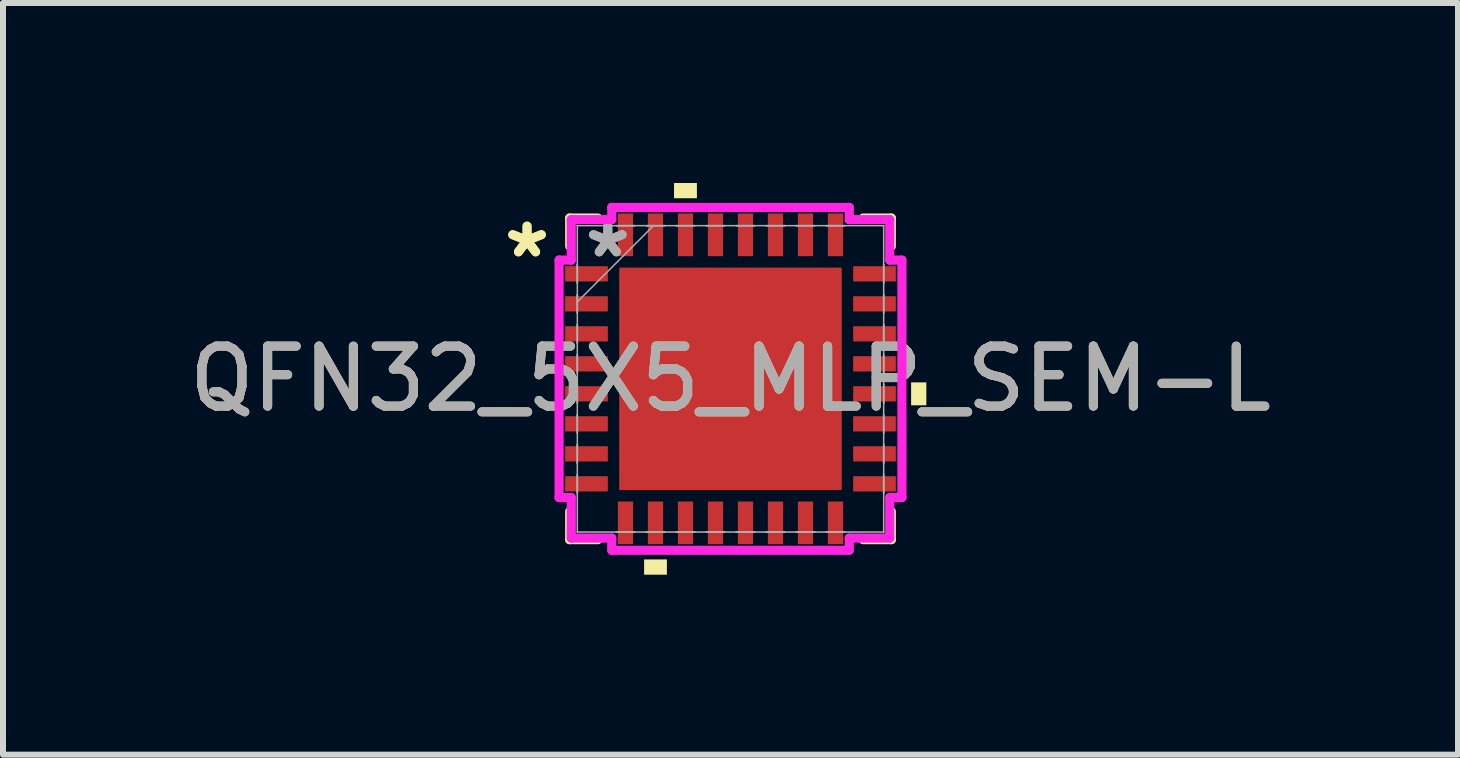
<source format=kicad_pcb>
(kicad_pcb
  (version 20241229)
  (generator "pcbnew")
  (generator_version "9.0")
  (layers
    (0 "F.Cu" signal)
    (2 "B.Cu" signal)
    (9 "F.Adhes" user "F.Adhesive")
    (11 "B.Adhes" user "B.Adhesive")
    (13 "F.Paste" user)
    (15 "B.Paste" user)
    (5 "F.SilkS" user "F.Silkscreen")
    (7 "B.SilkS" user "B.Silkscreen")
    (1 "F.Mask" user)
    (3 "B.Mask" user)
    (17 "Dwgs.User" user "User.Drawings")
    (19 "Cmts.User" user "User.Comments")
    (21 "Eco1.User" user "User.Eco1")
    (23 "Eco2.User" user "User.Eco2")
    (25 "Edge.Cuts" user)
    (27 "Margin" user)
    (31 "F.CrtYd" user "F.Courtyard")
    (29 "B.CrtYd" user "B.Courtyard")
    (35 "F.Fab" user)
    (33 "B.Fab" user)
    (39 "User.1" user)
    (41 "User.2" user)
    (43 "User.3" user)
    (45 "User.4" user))
  (footprint "QFN32_5X5_MLP_SEM-L"
    (layer "F.Cu")
    (at 9.125 3.264)
    (property "Reference" "QFN32_5X5_MLP_SEM-L" (at 0 0 0) (unlocked yes) (layer "F.SilkS") (effects (font (size 1 1) (thickness 0.15))))
    (attr smd)
    (fp_line (start -2.68 -2.68) (end -2.68 -2.21) (stroke (width 0.152) (type solid)) (layer "F.SilkS"))
    (fp_line (start -2.68 2.21) (end -2.68 2.68) (stroke (width 0.152) (type solid)) (layer "F.SilkS"))
    (fp_line (start -2.68 2.68) (end -2.21 2.68) (stroke (width 0.152) (type solid)) (layer "F.SilkS"))
    (fp_line (start -2.21 -2.68) (end -2.68 -2.68) (stroke (width 0.152) (type solid)) (layer "F.SilkS"))
    (fp_line (start 2.21 2.68) (end 2.68 2.68) (stroke (width 0.152) (type solid)) (layer "F.SilkS"))
    (fp_line (start 2.68 -2.68) (end 2.21 -2.68) (stroke (width 0.152) (type solid)) (layer "F.SilkS"))
    (fp_line (start 2.68 -2.21) (end 2.68 -2.68) (stroke (width 0.152) (type solid)) (layer "F.SilkS"))
    (fp_line (start 2.68 2.68) (end 2.68 2.21) (stroke (width 0.152) (type solid)) (layer "F.SilkS"))
    (fp_poly (pts (xy -1.44 3.01) (xy -1.44 3.264) (xy -1.06 3.264) (xy -1.06 3.01)) (stroke (width 0) (type solid)) (fill yes) (layer "F.SilkS"))
    (fp_poly (pts (xy -0.941 -3.01) (xy -0.941 -3.264) (xy -0.56 -3.264) (xy -0.56 -3.01)) (stroke (width 0) (type solid)) (fill yes) (layer "F.SilkS"))
    (fp_poly (pts (xy 3.264 0.059) (xy 3.264 0.441) (xy 3.01 0.441) (xy 3.01 0.059)) (stroke (width 0) (type solid)) (fill yes) (layer "F.SilkS"))
    (fp_poly (pts (xy -1.754 -1.754) (xy -1.754 -0.1) (xy -0.1 -0.1) (xy -0.1 -1.754)) (stroke (width 0) (type solid)) (fill yes) (layer "F.Paste"))
    (fp_poly (pts (xy -1.754 0.1) (xy -1.754 1.754) (xy -0.1 1.754) (xy -0.1 0.1)) (stroke (width 0) (type solid)) (fill yes) (layer "F.Paste"))
    (fp_poly (pts (xy 0.1 -1.754) (xy 0.1 -0.1) (xy 1.754 -0.1) (xy 1.754 -1.754)) (stroke (width 0) (type solid)) (fill yes) (layer "F.Paste"))
    (fp_poly (pts (xy 0.1 0.1) (xy 0.1 1.754) (xy 1.754 1.754) (xy 1.754 0.1)) (stroke (width 0) (type solid)) (fill yes) (layer "F.Paste"))
    (fp_line (start -2.857 -1.979) (end -2.654 -1.979) (stroke (width 0.152) (type solid)) (layer "F.CrtYd"))
    (fp_line (start -2.857 1.979) (end -2.857 -1.979) (stroke (width 0.152) (type solid)) (layer "F.CrtYd"))
    (fp_line (start -2.654 -2.654) (end -1.979 -2.654) (stroke (width 0.152) (type solid)) (layer "F.CrtYd"))
    (fp_line (start -2.654 -1.979) (end -2.654 -2.654) (stroke (width 0.152) (type solid)) (layer "F.CrtYd"))
    (fp_line (start -2.654 1.979) (end -2.857 1.979) (stroke (width 0.152) (type solid)) (layer "F.CrtYd"))
    (fp_line (start -2.654 2.654) (end -2.654 1.979) (stroke (width 0.152) (type solid)) (layer "F.CrtYd"))
    (fp_line (start -1.979 -2.857) (end 1.979 -2.857) (stroke (width 0.152) (type solid)) (layer "F.CrtYd"))
    (fp_line (start -1.979 -2.654) (end -1.979 -2.857) (stroke (width 0.152) (type solid)) (layer "F.CrtYd"))
    (fp_line (start -1.979 2.654) (end -2.654 2.654) (stroke (width 0.152) (type solid)) (layer "F.CrtYd"))
    (fp_line (start -1.979 2.857) (end -1.979 2.654) (stroke (width 0.152) (type solid)) (layer "F.CrtYd"))
    (fp_line (start 1.979 -2.857) (end 1.979 -2.654) (stroke (width 0.152) (type solid)) (layer "F.CrtYd"))
    (fp_line (start 1.979 -2.654) (end 2.654 -2.654) (stroke (width 0.152) (type solid)) (layer "F.CrtYd"))
    (fp_line (start 1.979 2.654) (end 1.979 2.857) (stroke (width 0.152) (type solid)) (layer "F.CrtYd"))
    (fp_line (start 1.979 2.857) (end -1.979 2.857) (stroke (width 0.152) (type solid)) (layer "F.CrtYd"))
    (fp_line (start 2.654 -2.654) (end 2.654 -1.979) (stroke (width 0.152) (type solid)) (layer "F.CrtYd"))
    (fp_line (start 2.654 -1.979) (end 2.857 -1.979) (stroke (width 0.152) (type solid)) (layer "F.CrtYd"))
    (fp_line (start 2.654 1.979) (end 2.654 2.654) (stroke (width 0.152) (type solid)) (layer "F.CrtYd"))
    (fp_line (start 2.654 2.654) (end 1.979 2.654) (stroke (width 0.152) (type solid)) (layer "F.CrtYd"))
    (fp_line (start 2.857 -1.979) (end 2.857 1.979) (stroke (width 0.152) (type solid)) (layer "F.CrtYd"))
    (fp_line (start 2.857 1.979) (end 2.654 1.979) (stroke (width 0.152) (type solid)) (layer "F.CrtYd"))
    (fp_line (start -2.553 -2.553) (end -2.553 -2.553) (stroke (width 0.025) (type solid)) (layer "F.Fab"))
    (fp_line (start -2.553 -2.553) (end -2.553 2.553) (stroke (width 0.025) (type solid)) (layer "F.Fab"))
    (fp_line (start -2.553 -1.902) (end -2.553 -1.902) (stroke (width 0.025) (type solid)) (layer "F.Fab"))
    (fp_line (start -2.553 -1.902) (end -2.553 -1.598) (stroke (width 0.025) (type solid)) (layer "F.Fab"))
    (fp_line (start -2.553 -1.598) (end -2.553 -1.902) (stroke (width 0.025) (type solid)) (layer "F.Fab"))
    (fp_line (start -2.553 -1.598) (end -2.553 -1.598) (stroke (width 0.025) (type solid)) (layer "F.Fab"))
    (fp_line (start -2.553 -1.402) (end -2.553 -1.402) (stroke (width 0.025) (type solid)) (layer "F.Fab"))
    (fp_line (start -2.553 -1.402) (end -2.553 -1.098) (stroke (width 0.025) (type solid)) (layer "F.Fab"))
    (fp_line (start -2.553 -1.283) (end -1.283 -2.553) (stroke (width 0.025) (type solid)) (layer "F.Fab"))
    (fp_line (start -2.553 -1.098) (end -2.553 -1.402) (stroke (width 0.025) (type solid)) (layer "F.Fab"))
    (fp_line (start -2.553 -1.098) (end -2.553 -1.098) (stroke (width 0.025) (type solid)) (layer "F.Fab"))
    (fp_line (start -2.553 -0.902) (end -2.553 -0.902) (stroke (width 0.025) (type solid)) (layer "F.Fab"))
    (fp_line (start -2.553 -0.902) (end -2.553 -0.598) (stroke (width 0.025) (type solid)) (layer "F.Fab"))
    (fp_line (start -2.553 -0.598) (end -2.553 -0.902) (stroke (width 0.025) (type solid)) (layer "F.Fab"))
    (fp_line (start -2.553 -0.598) (end -2.553 -0.598) (stroke (width 0.025) (type solid)) (layer "F.Fab"))
    (fp_line (start -2.553 -0.402) (end -2.553 -0.402) (stroke (width 0.025) (type solid)) (layer "F.Fab"))
    (fp_line (start -2.553 -0.402) (end -2.553 -0.098) (stroke (width 0.025) (type solid)) (layer "F.Fab"))
    (fp_line (start -2.553 -0.098) (end -2.553 -0.402) (stroke (width 0.025) (type solid)) (layer "F.Fab"))
    (fp_line (start -2.553 -0.098) (end -2.553 -0.098) (stroke (width 0.025) (type solid)) (layer "F.Fab"))
    (fp_line (start -2.553 0.098) (end -2.553 0.098) (stroke (width 0.025) (type solid)) (layer "F.Fab"))
    (fp_line (start -2.553 0.098) (end -2.553 0.402) (stroke (width 0.025) (type solid)) (layer "F.Fab"))
    (fp_line (start -2.553 0.402) (end -2.553 0.098) (stroke (width 0.025) (type solid)) (layer "F.Fab"))
    (fp_line (start -2.553 0.402) (end -2.553 0.402) (stroke (width 0.025) (type solid)) (layer "F.Fab"))
    (fp_line (start -2.553 0.598) (end -2.553 0.598) (stroke (width 0.025) (type solid)) (layer "F.Fab"))
    (fp_line (start -2.553 0.598) (end -2.553 0.902) (stroke (width 0.025) (type solid)) (layer "F.Fab"))
    (fp_line (start -2.553 0.902) (end -2.553 0.598) (stroke (width 0.025) (type solid)) (layer "F.Fab"))
    (fp_line (start -2.553 0.902) (end -2.553 0.902) (stroke (width 0.025) (type solid)) (layer "F.Fab"))
    (fp_line (start -2.553 1.098) (end -2.553 1.098) (stroke (width 0.025) (type solid)) (layer "F.Fab"))
    (fp_line (start -2.553 1.098) (end -2.553 1.402) (stroke (width 0.025) (type solid)) (layer "F.Fab"))
    (fp_line (start -2.553 1.402) (end -2.553 1.098) (stroke (width 0.025) (type solid)) (layer "F.Fab"))
    (fp_line (start -2.553 1.402) (end -2.553 1.402) (stroke (width 0.025) (type solid)) (layer "F.Fab"))
    (fp_line (start -2.553 1.598) (end -2.553 1.598) (stroke (width 0.025) (type solid)) (layer "F.Fab"))
    (fp_line (start -2.553 1.598) (end -2.553 1.902) (stroke (width 0.025) (type solid)) (layer "F.Fab"))
    (fp_line (start -2.553 1.902) (end -2.553 1.598) (stroke (width 0.025) (type solid)) (layer "F.Fab"))
    (fp_line (start -2.553 1.902) (end -2.553 1.902) (stroke (width 0.025) (type solid)) (layer "F.Fab"))
    (fp_line (start -2.553 2.553) (end -2.553 2.553) (stroke (width 0.025) (type solid)) (layer "F.Fab"))
    (fp_line (start -2.553 2.553) (end 2.553 2.553) (stroke (width 0.025) (type solid)) (layer "F.Fab"))
    (fp_line (start -1.902 -2.553) (end -1.902 -2.553) (stroke (width 0.025) (type solid)) (layer "F.Fab"))
    (fp_line (start -1.902 -2.553) (end -1.598 -2.553) (stroke (width 0.025) (type solid)) (layer "F.Fab"))
    (fp_line (start -1.902 2.553) (end -1.902 2.553) (stroke (width 0.025) (type solid)) (layer "F.Fab"))
    (fp_line (start -1.902 2.553) (end -1.598 2.553) (stroke (width 0.025) (type solid)) (layer "F.Fab"))
    (fp_line (start -1.598 -2.553) (end -1.902 -2.553) (stroke (width 0.025) (type solid)) (layer "F.Fab"))
    (fp_line (start -1.598 -2.553) (end -1.598 -2.553) (stroke (width 0.025) (type solid)) (layer "F.Fab"))
    (fp_line (start -1.598 2.553) (end -1.902 2.553) (stroke (width 0.025) (type solid)) (layer "F.Fab"))
    (fp_line (start -1.598 2.553) (end -1.598 2.553) (stroke (width 0.025) (type solid)) (layer "F.Fab"))
    (fp_line (start -1.402 -2.553) (end -1.402 -2.553) (stroke (width 0.025) (type solid)) (layer "F.Fab"))
    (fp_line (start -1.402 -2.553) (end -1.098 -2.553) (stroke (width 0.025) (type solid)) (layer "F.Fab"))
    (fp_line (start -1.402 2.553) (end -1.402 2.553) (stroke (width 0.025) (type solid)) (layer "F.Fab"))
    (fp_line (start -1.402 2.553) (end -1.098 2.553) (stroke (width 0.025) (type solid)) (layer "F.Fab"))
    (fp_line (start -1.098 -2.553) (end -1.402 -2.553) (stroke (width 0.025) (type solid)) (layer "F.Fab"))
    (fp_line (start -1.098 -2.553) (end -1.098 -2.553) (stroke (width 0.025) (type solid)) (layer "F.Fab"))
    (fp_line (start -1.098 2.553) (end -1.402 2.553) (stroke (width 0.025) (type solid)) (layer "F.Fab"))
    (fp_line (start -1.098 2.553) (end -1.098 2.553) (stroke (width 0.025) (type solid)) (layer "F.Fab"))
    (fp_line (start -0.902 -2.553) (end -0.902 -2.553) (stroke (width 0.025) (type solid)) (layer "F.Fab"))
    (fp_line (start -0.902 -2.553) (end -0.598 -2.553) (stroke (width 0.025) (type solid)) (layer "F.Fab"))
    (fp_line (start -0.902 2.553) (end -0.902 2.553) (stroke (width 0.025) (type solid)) (layer "F.Fab"))
    (fp_line (start -0.902 2.553) (end -0.598 2.553) (stroke (width 0.025) (type solid)) (layer "F.Fab"))
    (fp_line (start -0.598 -2.553) (end -0.902 -2.553) (stroke (width 0.025) (type solid)) (layer "F.Fab"))
    (fp_line (start -0.598 -2.553) (end -0.598 -2.553) (stroke (width 0.025) (type solid)) (layer "F.Fab"))
    (fp_line (start -0.598 2.553) (end -0.902 2.553) (stroke (width 0.025) (type solid)) (layer "F.Fab"))
    (fp_line (start -0.598 2.553) (end -0.598 2.553) (stroke (width 0.025) (type solid)) (layer "F.Fab"))
    (fp_line (start -0.402 -2.553) (end -0.402 -2.553) (stroke (width 0.025) (type solid)) (layer "F.Fab"))
    (fp_line (start -0.402 -2.553) (end -0.098 -2.553) (stroke (width 0.025) (type solid)) (layer "F.Fab"))
    (fp_line (start -0.402 2.553) (end -0.402 2.553) (stroke (width 0.025) (type solid)) (layer "F.Fab"))
    (fp_line (start -0.402 2.553) (end -0.098 2.553) (stroke (width 0.025) (type solid)) (layer "F.Fab"))
    (fp_line (start -0.098 -2.553) (end -0.402 -2.553) (stroke (width 0.025) (type solid)) (layer "F.Fab"))
    (fp_line (start -0.098 -2.553) (end -0.098 -2.553) (stroke (width 0.025) (type solid)) (layer "F.Fab"))
    (fp_line (start -0.098 2.553) (end -0.402 2.553) (stroke (width 0.025) (type solid)) (layer "F.Fab"))
    (fp_line (start -0.098 2.553) (end -0.098 2.553) (stroke (width 0.025) (type solid)) (layer "F.Fab"))
    (fp_line (start 0.098 -2.553) (end 0.098 -2.553) (stroke (width 0.025) (type solid)) (layer "F.Fab"))
    (fp_line (start 0.098 -2.553) (end 0.402 -2.553) (stroke (width 0.025) (type solid)) (layer "F.Fab"))
    (fp_line (start 0.098 2.553) (end 0.098 2.553) (stroke (width 0.025) (type solid)) (layer "F.Fab"))
    (fp_line (start 0.098 2.553) (end 0.402 2.553) (stroke (width 0.025) (type solid)) (layer "F.Fab"))
    (fp_line (start 0.402 -2.553) (end 0.098 -2.553) (stroke (width 0.025) (type solid)) (layer "F.Fab"))
    (fp_line (start 0.402 -2.553) (end 0.402 -2.553) (stroke (width 0.025) (type solid)) (layer "F.Fab"))
    (fp_line (start 0.402 2.553) (end 0.098 2.553) (stroke (width 0.025) (type solid)) (layer "F.Fab"))
    (fp_line (start 0.402 2.553) (end 0.402 2.553) (stroke (width 0.025) (type solid)) (layer "F.Fab"))
    (fp_line (start 0.598 -2.553) (end 0.598 -2.553) (stroke (width 0.025) (type solid)) (layer "F.Fab"))
    (fp_line (start 0.598 -2.553) (end 0.902 -2.553) (stroke (width 0.025) (type solid)) (layer "F.Fab"))
    (fp_line (start 0.598 2.553) (end 0.598 2.553) (stroke (width 0.025) (type solid)) (layer "F.Fab"))
    (fp_line (start 0.598 2.553) (end 0.902 2.553) (stroke (width 0.025) (type solid)) (layer "F.Fab"))
    (fp_line (start 0.902 -2.553) (end 0.598 -2.553) (stroke (width 0.025) (type solid)) (layer "F.Fab"))
    (fp_line (start 0.902 -2.553) (end 0.902 -2.553) (stroke (width 0.025) (type solid)) (layer "F.Fab"))
    (fp_line (start 0.902 2.553) (end 0.598 2.553) (stroke (width 0.025) (type solid)) (layer "F.Fab"))
    (fp_line (start 0.902 2.553) (end 0.902 2.553) (stroke (width 0.025) (type solid)) (layer "F.Fab"))
    (fp_line (start 1.098 -2.553) (end 1.098 -2.553) (stroke (width 0.025) (type solid)) (layer "F.Fab"))
    (fp_line (start 1.098 -2.553) (end 1.402 -2.553) (stroke (width 0.025) (type solid)) (layer "F.Fab"))
    (fp_line (start 1.098 2.553) (end 1.098 2.553) (stroke (width 0.025) (type solid)) (layer "F.Fab"))
    (fp_line (start 1.098 2.553) (end 1.402 2.553) (stroke (width 0.025) (type solid)) (layer "F.Fab"))
    (fp_line (start 1.402 -2.553) (end 1.098 -2.553) (stroke (width 0.025) (type solid)) (layer "F.Fab"))
    (fp_line (start 1.402 -2.553) (end 1.402 -2.553) (stroke (width 0.025) (type solid)) (layer "F.Fab"))
    (fp_line (start 1.402 2.553) (end 1.098 2.553) (stroke (width 0.025) (type solid)) (layer "F.Fab"))
    (fp_line (start 1.402 2.553) (end 1.402 2.553) (stroke (width 0.025) (type solid)) (layer "F.Fab"))
    (fp_line (start 1.598 -2.553) (end 1.598 -2.553) (stroke (width 0.025) (type solid)) (layer "F.Fab"))
    (fp_line (start 1.598 -2.553) (end 1.902 -2.553) (stroke (width 0.025) (type solid)) (layer "F.Fab"))
    (fp_line (start 1.598 2.553) (end 1.598 2.553) (stroke (width 0.025) (type solid)) (layer "F.Fab"))
    (fp_line (start 1.598 2.553) (end 1.902 2.553) (stroke (width 0.025) (type solid)) (layer "F.Fab"))
    (fp_line (start 1.902 -2.553) (end 1.598 -2.553) (stroke (width 0.025) (type solid)) (layer "F.Fab"))
    (fp_line (start 1.902 -2.553) (end 1.902 -2.553) (stroke (width 0.025) (type solid)) (layer "F.Fab"))
    (fp_line (start 1.902 2.553) (end 1.598 2.553) (stroke (width 0.025) (type solid)) (layer "F.Fab"))
    (fp_line (start 1.902 2.553) (end 1.902 2.553) (stroke (width 0.025) (type solid)) (layer "F.Fab"))
    (fp_line (start 2.553 -2.553) (end -2.553 -2.553) (stroke (width 0.025) (type solid)) (layer "F.Fab"))
    (fp_line (start 2.553 -2.553) (end 2.553 -2.553) (stroke (width 0.025) (type solid)) (layer "F.Fab"))
    (fp_line (start 2.553 -1.902) (end 2.553 -1.902) (stroke (width 0.025) (type solid)) (layer "F.Fab"))
    (fp_line (start 2.553 -1.902) (end 2.553 -1.598) (stroke (width 0.025) (type solid)) (layer "F.Fab"))
    (fp_line (start 2.553 -1.598) (end 2.553 -1.902) (stroke (width 0.025) (type solid)) (layer "F.Fab"))
    (fp_line (start 2.553 -1.598) (end 2.553 -1.598) (stroke (width 0.025) (type solid)) (layer "F.Fab"))
    (fp_line (start 2.553 -1.402) (end 2.553 -1.402) (stroke (width 0.025) (type solid)) (layer "F.Fab"))
    (fp_line (start 2.553 -1.402) (end 2.553 -1.098) (stroke (width 0.025) (type solid)) (layer "F.Fab"))
    (fp_line (start 2.553 -1.098) (end 2.553 -1.402) (stroke (width 0.025) (type solid)) (layer "F.Fab"))
    (fp_line (start 2.553 -1.098) (end 2.553 -1.098) (stroke (width 0.025) (type solid)) (layer "F.Fab"))
    (fp_line (start 2.553 -0.902) (end 2.553 -0.902) (stroke (width 0.025) (type solid)) (layer "F.Fab"))
    (fp_line (start 2.553 -0.902) (end 2.553 -0.598) (stroke (width 0.025) (type solid)) (layer "F.Fab"))
    (fp_line (start 2.553 -0.598) (end 2.553 -0.902) (stroke (width 0.025) (type solid)) (layer "F.Fab"))
    (fp_line (start 2.553 -0.598) (end 2.553 -0.598) (stroke (width 0.025) (type solid)) (layer "F.Fab"))
    (fp_line (start 2.553 -0.402) (end 2.553 -0.402) (stroke (width 0.025) (type solid)) (layer "F.Fab"))
    (fp_line (start 2.553 -0.402) (end 2.553 -0.098) (stroke (width 0.025) (type solid)) (layer "F.Fab"))
    (fp_line (start 2.553 -0.098) (end 2.553 -0.402) (stroke (width 0.025) (type solid)) (layer "F.Fab"))
    (fp_line (start 2.553 -0.098) (end 2.553 -0.098) (stroke (width 0.025) (type solid)) (layer "F.Fab"))
    (fp_line (start 2.553 0.098) (end 2.553 0.098) (stroke (width 0.025) (type solid)) (layer "F.Fab"))
    (fp_line (start 2.553 0.098) (end 2.553 0.402) (stroke (width 0.025) (type solid)) (layer "F.Fab"))
    (fp_line (start 2.553 0.402) (end 2.553 0.098) (stroke (width 0.025) (type solid)) (layer "F.Fab"))
    (fp_line (start 2.553 0.402) (end 2.553 0.402) (stroke (width 0.025) (type solid)) (layer "F.Fab"))
    (fp_line (start 2.553 0.598) (end 2.553 0.598) (stroke (width 0.025) (type solid)) (layer "F.Fab"))
    (fp_line (start 2.553 0.598) (end 2.553 0.902) (stroke (width 0.025) (type solid)) (layer "F.Fab"))
    (fp_line (start 2.553 0.902) (end 2.553 0.598) (stroke (width 0.025) (type solid)) (layer "F.Fab"))
    (fp_line (start 2.553 0.902) (end 2.553 0.902) (stroke (width 0.025) (type solid)) (layer "F.Fab"))
    (fp_line (start 2.553 1.098) (end 2.553 1.098) (stroke (width 0.025) (type solid)) (layer "F.Fab"))
    (fp_line (start 2.553 1.098) (end 2.553 1.402) (stroke (width 0.025) (type solid)) (layer "F.Fab"))
    (fp_line (start 2.553 1.402) (end 2.553 1.098) (stroke (width 0.025) (type solid)) (layer "F.Fab"))
    (fp_line (start 2.553 1.402) (end 2.553 1.402) (stroke (width 0.025) (type solid)) (layer "F.Fab"))
    (fp_line (start 2.553 1.598) (end 2.553 1.598) (stroke (width 0.025) (type solid)) (layer "F.Fab"))
    (fp_line (start 2.553 1.598) (end 2.553 1.902) (stroke (width 0.025) (type solid)) (layer "F.Fab"))
    (fp_line (start 2.553 1.902) (end 2.553 1.598) (stroke (width 0.025) (type solid)) (layer "F.Fab"))
    (fp_line (start 2.553 1.902) (end 2.553 1.902) (stroke (width 0.025) (type solid)) (layer "F.Fab"))
    (fp_line (start 2.553 2.553) (end 2.553 -2.553) (stroke (width 0.025) (type solid)) (layer "F.Fab"))
    (fp_line (start 2.553 2.553) (end 2.553 2.553) (stroke (width 0.025) (type solid)) (layer "F.Fab"))
    (fp_text user "*" (at -3.391 -2 0) (layer "F.SilkS") (effects (font (size 1 1) (thickness 0.15))))
    (fp_text user "*" (at -3.391 -2 0) (unlocked yes) (layer "F.SilkS") (effects (font (size 1 1) (thickness 0.15))))
    (fp_text user "*" (at -2.045 -2 0) (unlocked yes) (layer "F.Fab") (effects (font (size 1 1) (thickness 0.15))))
    (fp_text user "${REFERENCE}" (at 0 0 0) (unlocked yes) (layer "F.Fab") (effects (font (size 1 1) (thickness 0.15))))
    (fp_text user "*" (at -2.045 -2 0) (layer "F.Fab") (effects (font (size 1 1) (thickness 0.15))))
    (pad "1" smd rect (at -2.4 -1.75 90) (size 0.254 0.711) (layers "F.Cu" "F.Mask" "F.Paste"))
    (pad "2" smd rect (at -2.4 -1.25 90) (size 0.254 0.711) (layers "F.Cu" "F.Mask" "F.Paste"))
    (pad "3" smd rect (at -2.4 -0.75 90) (size 0.254 0.711) (layers "F.Cu" "F.Mask" "F.Paste"))
    (pad "4" smd rect (at -2.4 -0.25 90) (size 0.254 0.711) (layers "F.Cu" "F.Mask" "F.Paste"))
    (pad "5" smd rect (at -2.4 0.25 90) (size 0.254 0.711) (layers "F.Cu" "F.Mask" "F.Paste"))
    (pad "6" smd rect (at -2.4 0.75 90) (size 0.254 0.711) (layers "F.Cu" "F.Mask" "F.Paste"))
    (pad "7" smd rect (at -2.4 1.25 90) (size 0.254 0.711) (layers "F.Cu" "F.Mask" "F.Paste"))
    (pad "8" smd rect (at -2.4 1.75 90) (size 0.254 0.711) (layers "F.Cu" "F.Mask" "F.Paste"))
    (pad "9" smd rect (at -1.75 2.4) (size 0.254 0.711) (layers "F.Cu" "F.Mask" "F.Paste"))
    (pad "10" smd rect (at -1.25 2.4) (size 0.254 0.711) (layers "F.Cu" "F.Mask" "F.Paste"))
    (pad "11" smd rect (at -0.75 2.4) (size 0.254 0.711) (layers "F.Cu" "F.Mask" "F.Paste"))
    (pad "12" smd rect (at -0.25 2.4) (size 0.254 0.711) (layers "F.Cu" "F.Mask" "F.Paste"))
    (pad "13" smd rect (at 0.25 2.4) (size 0.254 0.711) (layers "F.Cu" "F.Mask" "F.Paste"))
    (pad "14" smd rect (at 0.75 2.4) (size 0.254 0.711) (layers "F.Cu" "F.Mask" "F.Paste"))
    (pad "15" smd rect (at 1.25 2.4) (size 0.254 0.711) (layers "F.Cu" "F.Mask" "F.Paste"))
    (pad "16" smd rect (at 1.75 2.4) (size 0.254 0.711) (layers "F.Cu" "F.Mask" "F.Paste"))
    (pad "17" smd rect (at 2.4 1.75 90) (size 0.254 0.711) (layers "F.Cu" "F.Mask" "F.Paste"))
    (pad "18" smd rect (at 2.4 1.25 90) (size 0.254 0.711) (layers "F.Cu" "F.Mask" "F.Paste"))
    (pad "19" smd rect (at 2.4 0.75 90) (size 0.254 0.711) (layers "F.Cu" "F.Mask" "F.Paste"))
    (pad "20" smd rect (at 2.4 0.25 90) (size 0.254 0.711) (layers "F.Cu" "F.Mask" "F.Paste"))
    (pad "21" smd rect (at 2.4 -0.25 90) (size 0.254 0.711) (layers "F.Cu" "F.Mask" "F.Paste"))
    (pad "22" smd rect (at 2.4 -0.75 90) (size 0.254 0.711) (layers "F.Cu" "F.Mask" "F.Paste"))
    (pad "23" smd rect (at 2.4 -1.25 90) (size 0.254 0.711) (layers "F.Cu" "F.Mask" "F.Paste"))
    (pad "24" smd rect (at 2.4 -1.75 90) (size 0.254 0.711) (layers "F.Cu" "F.Mask" "F.Paste"))
    (pad "25" smd rect (at 1.75 -2.4) (size 0.254 0.711) (layers "F.Cu" "F.Mask" "F.Paste"))
    (pad "26" smd rect (at 1.25 -2.4) (size 0.254 0.711) (layers "F.Cu" "F.Mask" "F.Paste"))
    (pad "27" smd rect (at 0.75 -2.4) (size 0.254 0.711) (layers "F.Cu" "F.Mask" "F.Paste"))
    (pad "28" smd rect (at 0.25 -2.4) (size 0.254 0.711) (layers "F.Cu" "F.Mask" "F.Paste"))
    (pad "29" smd rect (at -0.25 -2.4) (size 0.254 0.711) (layers "F.Cu" "F.Mask" "F.Paste"))
    (pad "30" smd rect (at -0.75 -2.4) (size 0.254 0.711) (layers "F.Cu" "F.Mask" "F.Paste"))
    (pad "31" smd rect (at -1.25 -2.4) (size 0.254 0.711) (layers "F.Cu" "F.Mask" "F.Paste"))
    (pad "32" smd rect (at -1.75 -2.4) (size 0.254 0.711) (layers "F.Cu" "F.Mask" "F.Paste"))
    (pad "33" smd rect (at 0 0) (size 3.708 3.708) (layers "F.Cu" "F.Mask" "F.Paste")))
  (gr_rect
    (start -3 -3)
    (end 21.25 9.528)
    (stroke (width 0.1) (type default))
    (fill no)
    (layer "Edge.Cuts")))
</source>
